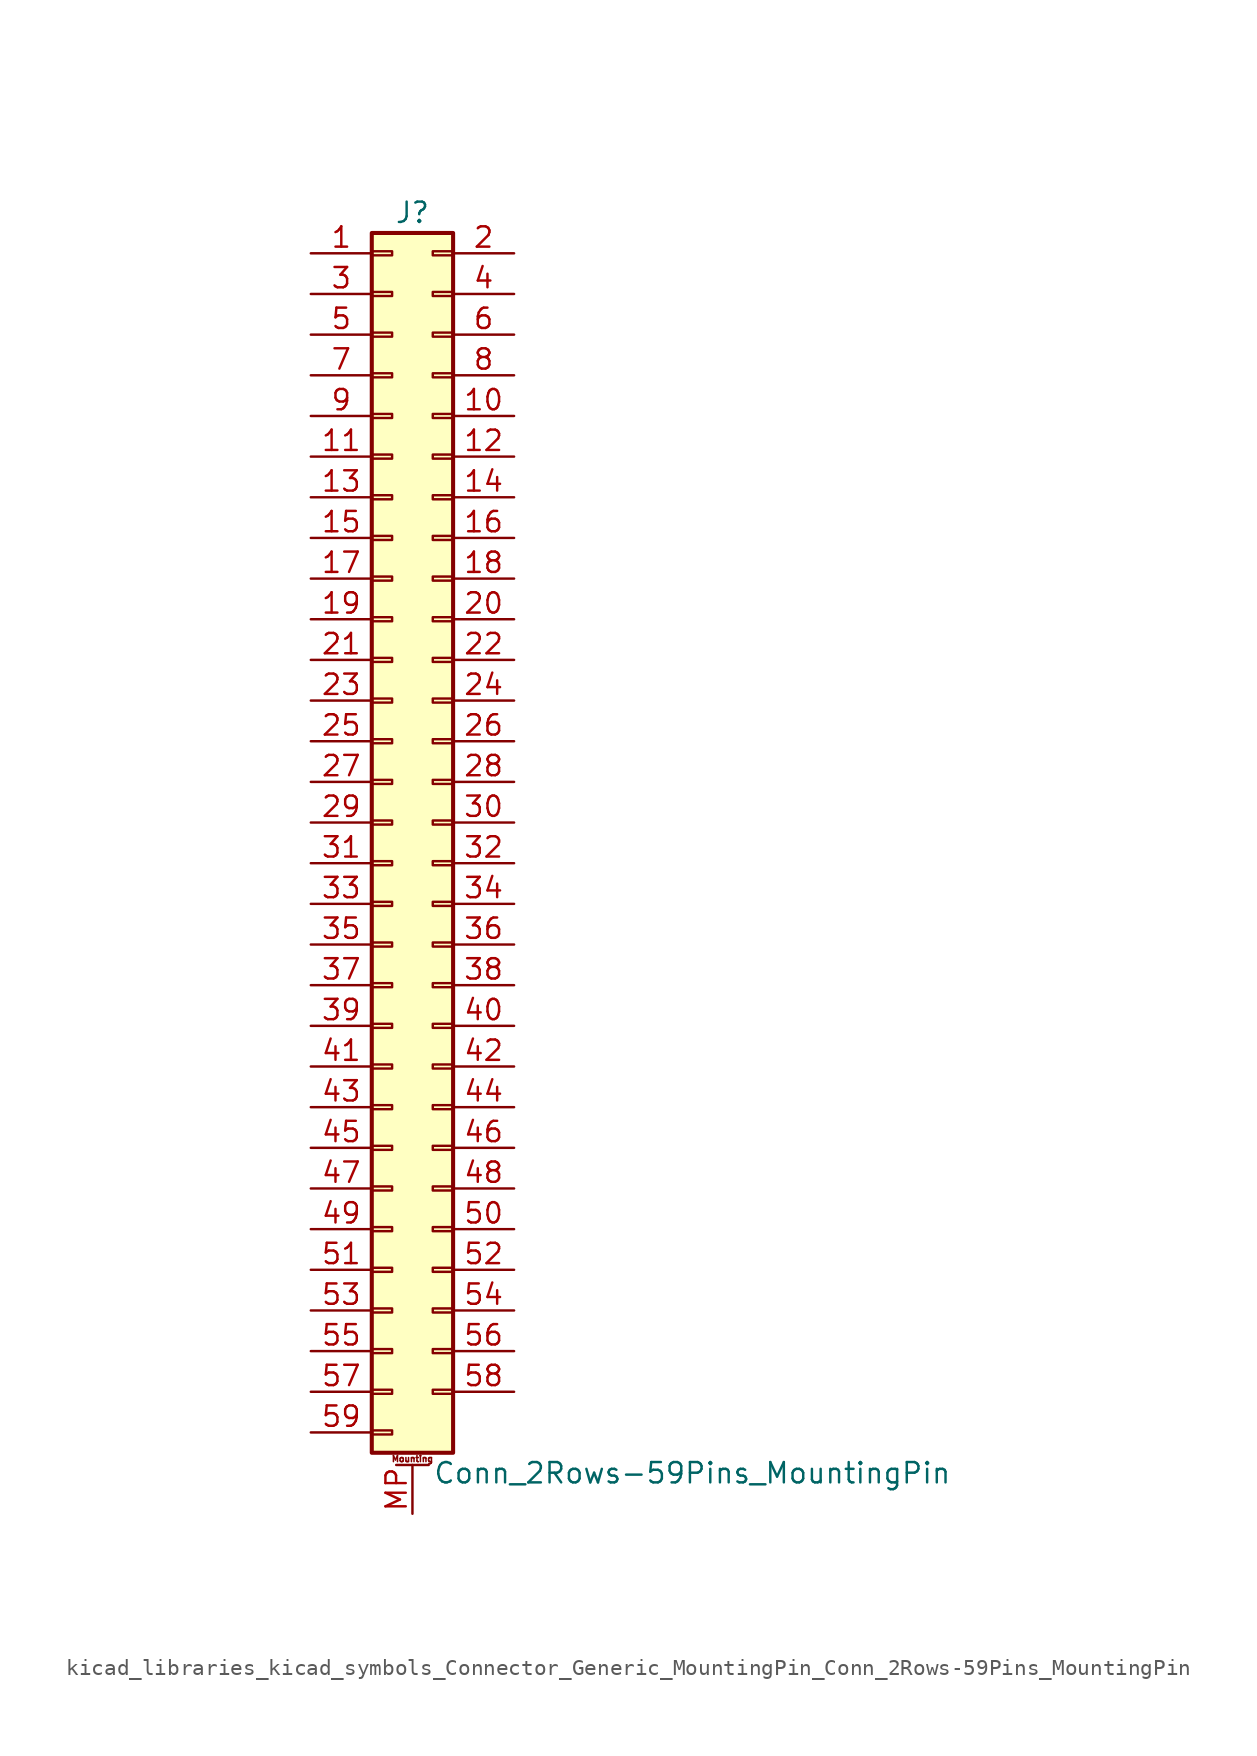
<source format=kicad_sym>
(kicad_symbol_lib
  (version 20220914)
  (generator kicad_symbol_editor)
  (symbol "kicad_libraries_kicad_symbols_Connector_Generic_MountingPin_Conn_2Rows-59Pins_MountingPin"
    (pin_names
      (offset 1.016) hide)
    (property "Reference" "J"
      (at 1.27 38.1 0)
      (effects (font (size 1.27 1.27))))
    (property "Value" "Conn_2Rows-59Pins_MountingPin"
      (at 2.54 -40.64 0)
      (effects (font (size 1.27 1.27)) (justify left)))
    (symbol "kicad_libraries_kicad_symbols_Connector_Generic_MountingPin_Conn_2Rows-59Pins_MountingPin_1_1"
      (rectangle (start -1.27 -37.973) (end 0 -38.227) (stroke (width 0.152) (type default)) (fill (type none)))
      (rectangle (start -1.27 -35.433) (end 0 -35.687) (stroke (width 0.152) (type default)) (fill (type none)))
      (rectangle (start -1.27 -32.893) (end 0 -33.147) (stroke (width 0.152) (type default)) (fill (type none)))
      (rectangle (start -1.27 -30.353) (end 0 -30.607) (stroke (width 0.152) (type default)) (fill (type none)))
      (rectangle (start -1.27 -27.813) (end 0 -28.067) (stroke (width 0.152) (type default)) (fill (type none)))
      (rectangle (start -1.27 -25.273) (end 0 -25.527) (stroke (width 0.152) (type default)) (fill (type none)))
      (rectangle (start -1.27 -22.733) (end 0 -22.987) (stroke (width 0.152) (type default)) (fill (type none)))
      (rectangle (start -1.27 -20.193) (end 0 -20.447) (stroke (width 0.152) (type default)) (fill (type none)))
      (rectangle (start -1.27 -17.653) (end 0 -17.907) (stroke (width 0.152) (type default)) (fill (type none)))
      (rectangle (start -1.27 -15.113) (end 0 -15.367) (stroke (width 0.152) (type default)) (fill (type none)))
      (rectangle (start -1.27 -12.573) (end 0 -12.827) (stroke (width 0.152) (type default)) (fill (type none)))
      (rectangle (start -1.27 -10.033) (end 0 -10.287) (stroke (width 0.152) (type default)) (fill (type none)))
      (rectangle (start -1.27 -7.493) (end 0 -7.747) (stroke (width 0.152) (type default)) (fill (type none)))
      (rectangle (start -1.27 -4.953) (end 0 -5.207) (stroke (width 0.152) (type default)) (fill (type none)))
      (rectangle (start -1.27 -2.413) (end 0 -2.667) (stroke (width 0.152) (type default)) (fill (type none)))
      (rectangle (start -1.27 0.127) (end 0 -0.127) (stroke (width 0.152) (type default)) (fill (type none)))
      (rectangle (start -1.27 2.667) (end 0 2.413) (stroke (width 0.152) (type default)) (fill (type none)))
      (rectangle (start -1.27 5.207) (end 0 4.953) (stroke (width 0.152) (type default)) (fill (type none)))
      (rectangle (start -1.27 7.747) (end 0 7.493) (stroke (width 0.152) (type default)) (fill (type none)))
      (rectangle (start -1.27 10.287) (end 0 10.033) (stroke (width 0.152) (type default)) (fill (type none)))
      (rectangle (start -1.27 12.827) (end 0 12.573) (stroke (width 0.152) (type default)) (fill (type none)))
      (rectangle (start -1.27 15.367) (end 0 15.113) (stroke (width 0.152) (type default)) (fill (type none)))
      (rectangle (start -1.27 17.907) (end 0 17.653) (stroke (width 0.152) (type default)) (fill (type none)))
      (rectangle (start -1.27 20.447) (end 0 20.193) (stroke (width 0.152) (type default)) (fill (type none)))
      (rectangle (start -1.27 22.987) (end 0 22.733) (stroke (width 0.152) (type default)) (fill (type none)))
      (rectangle (start -1.27 25.527) (end 0 25.273) (stroke (width 0.152) (type default)) (fill (type none)))
      (rectangle (start -1.27 28.067) (end 0 27.813) (stroke (width 0.152) (type default)) (fill (type none)))
      (rectangle (start -1.27 30.607) (end 0 30.353) (stroke (width 0.152) (type default)) (fill (type none)))
      (rectangle (start -1.27 33.147) (end 0 32.893) (stroke (width 0.152) (type default)) (fill (type none)))
      (rectangle (start -1.27 35.687) (end 0 35.433) (stroke (width 0.152) (type default)) (fill (type none)))
      (rectangle (start -1.27 36.83) (end 3.81 -39.37) (stroke (width 0.254) (type default)) (fill (type background)))
      (polyline (pts (xy 0.254 -40.132) (xy 2.286 -40.132)) (stroke (width 0.152) (type default)) (fill (type none)))
      (rectangle (start 3.81 -35.433) (end 2.54 -35.687) (stroke (width 0.152) (type default)) (fill (type none)))
      (rectangle (start 3.81 -32.893) (end 2.54 -33.147) (stroke (width 0.152) (type default)) (fill (type none)))
      (rectangle (start 3.81 -30.353) (end 2.54 -30.607) (stroke (width 0.152) (type default)) (fill (type none)))
      (rectangle (start 3.81 -27.813) (end 2.54 -28.067) (stroke (width 0.152) (type default)) (fill (type none)))
      (rectangle (start 3.81 -25.273) (end 2.54 -25.527) (stroke (width 0.152) (type default)) (fill (type none)))
      (rectangle (start 3.81 -22.733) (end 2.54 -22.987) (stroke (width 0.152) (type default)) (fill (type none)))
      (rectangle (start 3.81 -20.193) (end 2.54 -20.447) (stroke (width 0.152) (type default)) (fill (type none)))
      (rectangle (start 3.81 -17.653) (end 2.54 -17.907) (stroke (width 0.152) (type default)) (fill (type none)))
      (rectangle (start 3.81 -15.113) (end 2.54 -15.367) (stroke (width 0.152) (type default)) (fill (type none)))
      (rectangle (start 3.81 -12.573) (end 2.54 -12.827) (stroke (width 0.152) (type default)) (fill (type none)))
      (rectangle (start 3.81 -10.033) (end 2.54 -10.287) (stroke (width 0.152) (type default)) (fill (type none)))
      (rectangle (start 3.81 -7.493) (end 2.54 -7.747) (stroke (width 0.152) (type default)) (fill (type none)))
      (rectangle (start 3.81 -4.953) (end 2.54 -5.207) (stroke (width 0.152) (type default)) (fill (type none)))
      (rectangle (start 3.81 -2.413) (end 2.54 -2.667) (stroke (width 0.152) (type default)) (fill (type none)))
      (rectangle (start 3.81 0.127) (end 2.54 -0.127) (stroke (width 0.152) (type default)) (fill (type none)))
      (rectangle (start 3.81 2.667) (end 2.54 2.413) (stroke (width 0.152) (type default)) (fill (type none)))
      (rectangle (start 3.81 5.207) (end 2.54 4.953) (stroke (width 0.152) (type default)) (fill (type none)))
      (rectangle (start 3.81 7.747) (end 2.54 7.493) (stroke (width 0.152) (type default)) (fill (type none)))
      (rectangle (start 3.81 10.287) (end 2.54 10.033) (stroke (width 0.152) (type default)) (fill (type none)))
      (rectangle (start 3.81 12.827) (end 2.54 12.573) (stroke (width 0.152) (type default)) (fill (type none)))
      (rectangle (start 3.81 15.367) (end 2.54 15.113) (stroke (width 0.152) (type default)) (fill (type none)))
      (rectangle (start 3.81 17.907) (end 2.54 17.653) (stroke (width 0.152) (type default)) (fill (type none)))
      (rectangle (start 3.81 20.447) (end 2.54 20.193) (stroke (width 0.152) (type default)) (fill (type none)))
      (rectangle (start 3.81 22.987) (end 2.54 22.733) (stroke (width 0.152) (type default)) (fill (type none)))
      (rectangle (start 3.81 25.527) (end 2.54 25.273) (stroke (width 0.152) (type default)) (fill (type none)))
      (rectangle (start 3.81 28.067) (end 2.54 27.813) (stroke (width 0.152) (type default)) (fill (type none)))
      (rectangle (start 3.81 30.607) (end 2.54 30.353) (stroke (width 0.152) (type default)) (fill (type none)))
      (rectangle (start 3.81 33.147) (end 2.54 32.893) (stroke (width 0.152) (type default)) (fill (type none)))
      (rectangle (start 3.81 35.687) (end 2.54 35.433) (stroke (width 0.152) (type default)) (fill (type none)))
      (text "Mounting" (at 1.27 -39.751 0) (effects (font (size 0.381 0.381))))
      (pin passive line (at -5.08 35.56 0) (length 3.81) (name "Pin_1" (effects (font (size 1.27 1.27)))) (number "1" (effects (font (size 1.27 1.27)))))
      (pin passive line (at 7.62 25.4 180) (length 3.81) (name "Pin_10" (effects (font (size 1.27 1.27)))) (number "10" (effects (font (size 1.27 1.27)))))
      (pin passive line (at -5.08 22.86 0) (length 3.81) (name "Pin_11" (effects (font (size 1.27 1.27)))) (number "11" (effects (font (size 1.27 1.27)))))
      (pin passive line (at 7.62 22.86 180) (length 3.81) (name "Pin_12" (effects (font (size 1.27 1.27)))) (number "12" (effects (font (size 1.27 1.27)))))
      (pin passive line (at -5.08 20.32 0) (length 3.81) (name "Pin_13" (effects (font (size 1.27 1.27)))) (number "13" (effects (font (size 1.27 1.27)))))
      (pin passive line (at 7.62 20.32 180) (length 3.81) (name "Pin_14" (effects (font (size 1.27 1.27)))) (number "14" (effects (font (size 1.27 1.27)))))
      (pin passive line (at -5.08 17.78 0) (length 3.81) (name "Pin_15" (effects (font (size 1.27 1.27)))) (number "15" (effects (font (size 1.27 1.27)))))
      (pin passive line (at 7.62 17.78 180) (length 3.81) (name "Pin_16" (effects (font (size 1.27 1.27)))) (number "16" (effects (font (size 1.27 1.27)))))
      (pin passive line (at -5.08 15.24 0) (length 3.81) (name "Pin_17" (effects (font (size 1.27 1.27)))) (number "17" (effects (font (size 1.27 1.27)))))
      (pin passive line (at 7.62 15.24 180) (length 3.81) (name "Pin_18" (effects (font (size 1.27 1.27)))) (number "18" (effects (font (size 1.27 1.27)))))
      (pin passive line (at -5.08 12.7 0) (length 3.81) (name "Pin_19" (effects (font (size 1.27 1.27)))) (number "19" (effects (font (size 1.27 1.27)))))
      (pin passive line (at 7.62 35.56 180) (length 3.81) (name "Pin_2" (effects (font (size 1.27 1.27)))) (number "2" (effects (font (size 1.27 1.27)))))
      (pin passive line (at 7.62 12.7 180) (length 3.81) (name "Pin_20" (effects (font (size 1.27 1.27)))) (number "20" (effects (font (size 1.27 1.27)))))
      (pin passive line (at -5.08 10.16 0) (length 3.81) (name "Pin_21" (effects (font (size 1.27 1.27)))) (number "21" (effects (font (size 1.27 1.27)))))
      (pin passive line (at 7.62 10.16 180) (length 3.81) (name "Pin_22" (effects (font (size 1.27 1.27)))) (number "22" (effects (font (size 1.27 1.27)))))
      (pin passive line (at -5.08 7.62 0) (length 3.81) (name "Pin_23" (effects (font (size 1.27 1.27)))) (number "23" (effects (font (size 1.27 1.27)))))
      (pin passive line (at 7.62 7.62 180) (length 3.81) (name "Pin_24" (effects (font (size 1.27 1.27)))) (number "24" (effects (font (size 1.27 1.27)))))
      (pin passive line (at -5.08 5.08 0) (length 3.81) (name "Pin_25" (effects (font (size 1.27 1.27)))) (number "25" (effects (font (size 1.27 1.27)))))
      (pin passive line (at 7.62 5.08 180) (length 3.81) (name "Pin_26" (effects (font (size 1.27 1.27)))) (number "26" (effects (font (size 1.27 1.27)))))
      (pin passive line (at -5.08 2.54 0) (length 3.81) (name "Pin_27" (effects (font (size 1.27 1.27)))) (number "27" (effects (font (size 1.27 1.27)))))
      (pin passive line (at 7.62 2.54 180) (length 3.81) (name "Pin_28" (effects (font (size 1.27 1.27)))) (number "28" (effects (font (size 1.27 1.27)))))
      (pin passive line (at -5.08 0 0) (length 3.81) (name "Pin_29" (effects (font (size 1.27 1.27)))) (number "29" (effects (font (size 1.27 1.27)))))
      (pin passive line (at -5.08 33.02 0) (length 3.81) (name "Pin_3" (effects (font (size 1.27 1.27)))) (number "3" (effects (font (size 1.27 1.27)))))
      (pin passive line (at 7.62 0 180) (length 3.81) (name "Pin_30" (effects (font (size 1.27 1.27)))) (number "30" (effects (font (size 1.27 1.27)))))
      (pin passive line (at -5.08 -2.54 0) (length 3.81) (name "Pin_31" (effects (font (size 1.27 1.27)))) (number "31" (effects (font (size 1.27 1.27)))))
      (pin passive line (at 7.62 -2.54 180) (length 3.81) (name "Pin_32" (effects (font (size 1.27 1.27)))) (number "32" (effects (font (size 1.27 1.27)))))
      (pin passive line (at -5.08 -5.08 0) (length 3.81) (name "Pin_33" (effects (font (size 1.27 1.27)))) (number "33" (effects (font (size 1.27 1.27)))))
      (pin passive line (at 7.62 -5.08 180) (length 3.81) (name "Pin_34" (effects (font (size 1.27 1.27)))) (number "34" (effects (font (size 1.27 1.27)))))
      (pin passive line (at -5.08 -7.62 0) (length 3.81) (name "Pin_35" (effects (font (size 1.27 1.27)))) (number "35" (effects (font (size 1.27 1.27)))))
      (pin passive line (at 7.62 -7.62 180) (length 3.81) (name "Pin_36" (effects (font (size 1.27 1.27)))) (number "36" (effects (font (size 1.27 1.27)))))
      (pin passive line (at -5.08 -10.16 0) (length 3.81) (name "Pin_37" (effects (font (size 1.27 1.27)))) (number "37" (effects (font (size 1.27 1.27)))))
      (pin passive line (at 7.62 -10.16 180) (length 3.81) (name "Pin_38" (effects (font (size 1.27 1.27)))) (number "38" (effects (font (size 1.27 1.27)))))
      (pin passive line (at -5.08 -12.7 0) (length 3.81) (name "Pin_39" (effects (font (size 1.27 1.27)))) (number "39" (effects (font (size 1.27 1.27)))))
      (pin passive line (at 7.62 33.02 180) (length 3.81) (name "Pin_4" (effects (font (size 1.27 1.27)))) (number "4" (effects (font (size 1.27 1.27)))))
      (pin passive line (at 7.62 -12.7 180) (length 3.81) (name "Pin_40" (effects (font (size 1.27 1.27)))) (number "40" (effects (font (size 1.27 1.27)))))
      (pin passive line (at -5.08 -15.24 0) (length 3.81) (name "Pin_41" (effects (font (size 1.27 1.27)))) (number "41" (effects (font (size 1.27 1.27)))))
      (pin passive line (at 7.62 -15.24 180) (length 3.81) (name "Pin_42" (effects (font (size 1.27 1.27)))) (number "42" (effects (font (size 1.27 1.27)))))
      (pin passive line (at -5.08 -17.78 0) (length 3.81) (name "Pin_43" (effects (font (size 1.27 1.27)))) (number "43" (effects (font (size 1.27 1.27)))))
      (pin passive line (at 7.62 -17.78 180) (length 3.81) (name "Pin_44" (effects (font (size 1.27 1.27)))) (number "44" (effects (font (size 1.27 1.27)))))
      (pin passive line (at -5.08 -20.32 0) (length 3.81) (name "Pin_45" (effects (font (size 1.27 1.27)))) (number "45" (effects (font (size 1.27 1.27)))))
      (pin passive line (at 7.62 -20.32 180) (length 3.81) (name "Pin_46" (effects (font (size 1.27 1.27)))) (number "46" (effects (font (size 1.27 1.27)))))
      (pin passive line (at -5.08 -22.86 0) (length 3.81) (name "Pin_47" (effects (font (size 1.27 1.27)))) (number "47" (effects (font (size 1.27 1.27)))))
      (pin passive line (at 7.62 -22.86 180) (length 3.81) (name "Pin_48" (effects (font (size 1.27 1.27)))) (number "48" (effects (font (size 1.27 1.27)))))
      (pin passive line (at -5.08 -25.4 0) (length 3.81) (name "Pin_49" (effects (font (size 1.27 1.27)))) (number "49" (effects (font (size 1.27 1.27)))))
      (pin passive line (at -5.08 30.48 0) (length 3.81) (name "Pin_5" (effects (font (size 1.27 1.27)))) (number "5" (effects (font (size 1.27 1.27)))))
      (pin passive line (at 7.62 -25.4 180) (length 3.81) (name "Pin_50" (effects (font (size 1.27 1.27)))) (number "50" (effects (font (size 1.27 1.27)))))
      (pin passive line (at -5.08 -27.94 0) (length 3.81) (name "Pin_51" (effects (font (size 1.27 1.27)))) (number "51" (effects (font (size 1.27 1.27)))))
      (pin passive line (at 7.62 -27.94 180) (length 3.81) (name "Pin_52" (effects (font (size 1.27 1.27)))) (number "52" (effects (font (size 1.27 1.27)))))
      (pin passive line (at -5.08 -30.48 0) (length 3.81) (name "Pin_53" (effects (font (size 1.27 1.27)))) (number "53" (effects (font (size 1.27 1.27)))))
      (pin passive line (at 7.62 -30.48 180) (length 3.81) (name "Pin_54" (effects (font (size 1.27 1.27)))) (number "54" (effects (font (size 1.27 1.27)))))
      (pin passive line (at -5.08 -33.02 0) (length 3.81) (name "Pin_55" (effects (font (size 1.27 1.27)))) (number "55" (effects (font (size 1.27 1.27)))))
      (pin passive line (at 7.62 -33.02 180) (length 3.81) (name "Pin_56" (effects (font (size 1.27 1.27)))) (number "56" (effects (font (size 1.27 1.27)))))
      (pin passive line (at -5.08 -35.56 0) (length 3.81) (name "Pin_57" (effects (font (size 1.27 1.27)))) (number "57" (effects (font (size 1.27 1.27)))))
      (pin passive line (at 7.62 -35.56 180) (length 3.81) (name "Pin_58" (effects (font (size 1.27 1.27)))) (number "58" (effects (font (size 1.27 1.27)))))
      (pin passive line (at -5.08 -38.1 0) (length 3.81) (name "Pin_59" (effects (font (size 1.27 1.27)))) (number "59" (effects (font (size 1.27 1.27)))))
      (pin passive line (at 7.62 30.48 180) (length 3.81) (name "Pin_6" (effects (font (size 1.27 1.27)))) (number "6" (effects (font (size 1.27 1.27)))))
      (pin passive line (at -5.08 27.94 0) (length 3.81) (name "Pin_7" (effects (font (size 1.27 1.27)))) (number "7" (effects (font (size 1.27 1.27)))))
      (pin passive line (at 7.62 27.94 180) (length 3.81) (name "Pin_8" (effects (font (size 1.27 1.27)))) (number "8" (effects (font (size 1.27 1.27)))))
      (pin passive line (at -5.08 25.4 0) (length 3.81) (name "Pin_9" (effects (font (size 1.27 1.27)))) (number "9" (effects (font (size 1.27 1.27)))))
      (pin passive line (at 1.27 -43.18 90) (length 3.048) (name "MountPin" (effects (font (size 1.27 1.27)))) (number "MP" (effects (font (size 1.27 1.27))))))))
</source>
